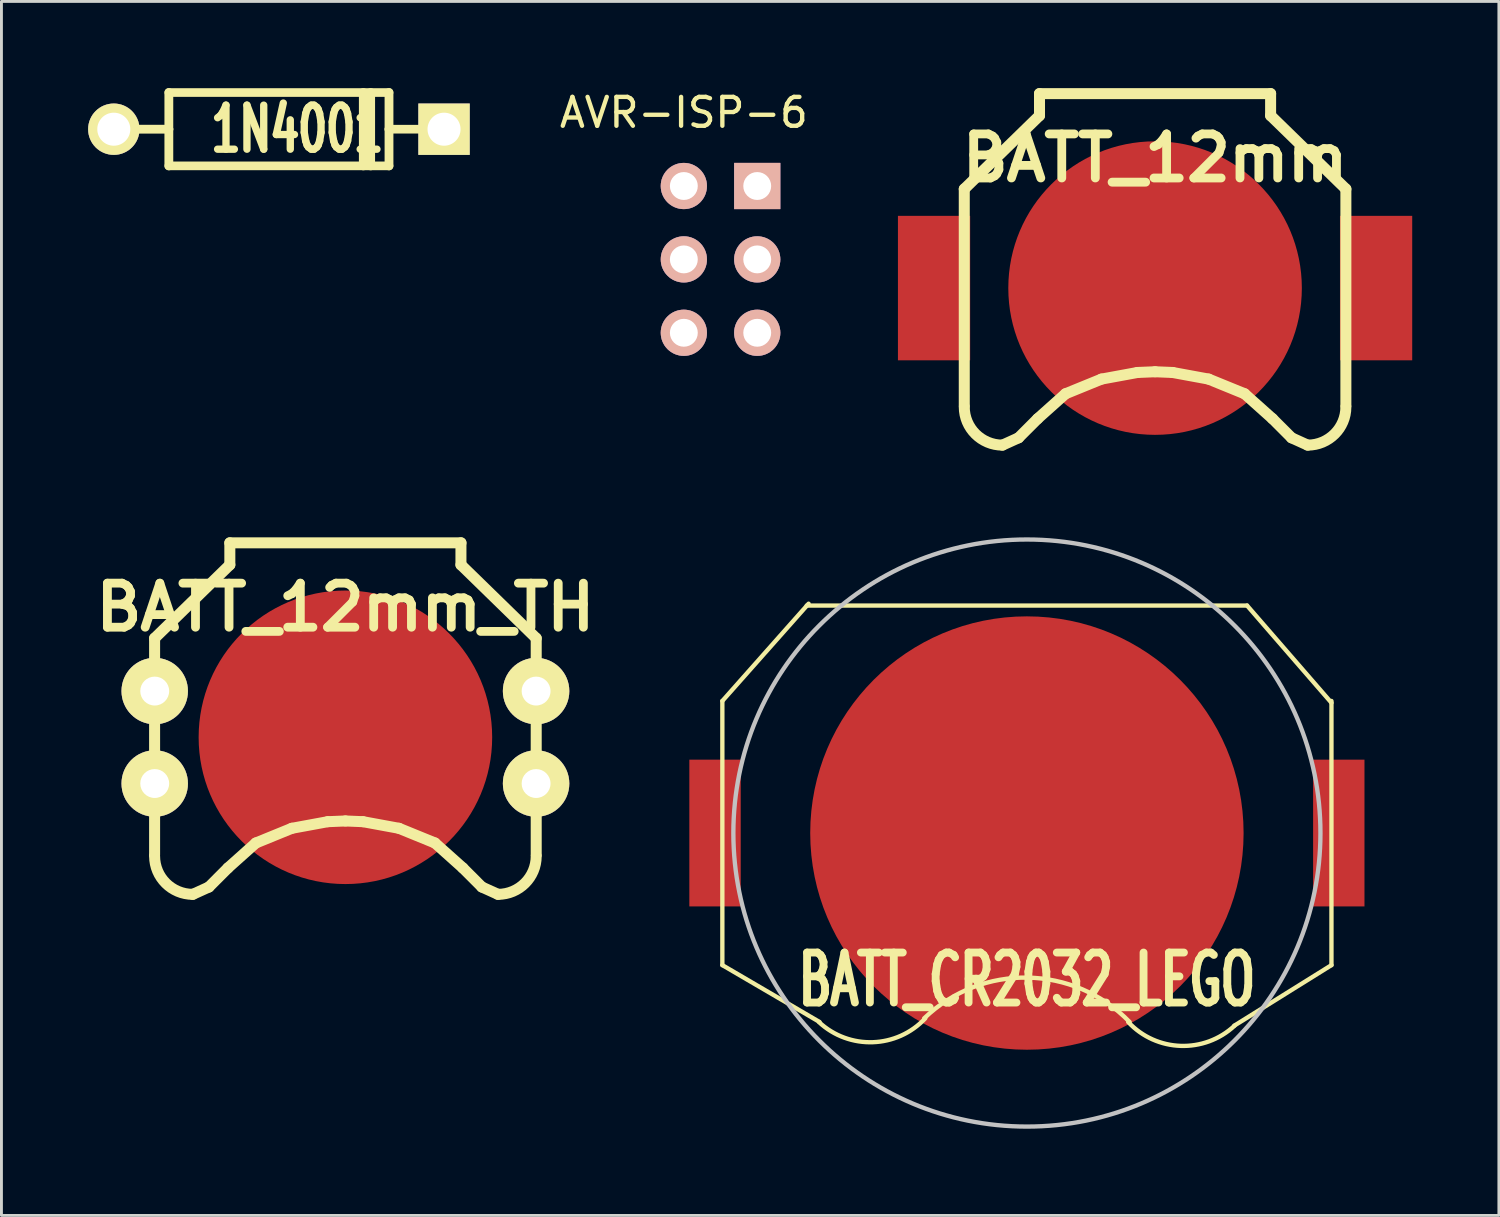
<source format=kicad_pcb>
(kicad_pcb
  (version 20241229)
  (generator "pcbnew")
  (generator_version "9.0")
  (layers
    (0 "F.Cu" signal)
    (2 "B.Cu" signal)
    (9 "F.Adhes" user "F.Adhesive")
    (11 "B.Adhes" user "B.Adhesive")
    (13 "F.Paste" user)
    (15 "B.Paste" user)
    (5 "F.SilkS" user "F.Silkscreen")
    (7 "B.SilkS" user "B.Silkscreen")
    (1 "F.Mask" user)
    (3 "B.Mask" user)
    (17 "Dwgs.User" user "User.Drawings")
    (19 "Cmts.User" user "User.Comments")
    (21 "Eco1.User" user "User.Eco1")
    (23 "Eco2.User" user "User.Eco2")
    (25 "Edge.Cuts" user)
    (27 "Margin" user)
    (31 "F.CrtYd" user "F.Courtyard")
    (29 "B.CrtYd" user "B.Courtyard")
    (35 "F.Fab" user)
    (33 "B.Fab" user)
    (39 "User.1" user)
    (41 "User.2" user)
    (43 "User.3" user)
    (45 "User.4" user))
  (footprint "BATT_12mm_TH"
    (layer "F.Cu")
    (at 8.905 22.469)
    (property "Reference" "BATT_12mm_TH" (at 0 -4.5 0) (layer "F.SilkS") (effects (font (size 1.524 1.524) (thickness 0.305))))
    (attr through_hole)
    (fp_line (start -6.604 -3.429) (end -6.604 4.064) (stroke (width 0.381) (type solid)) (layer "F.SilkS"))
    (fp_line (start -5.283 5.436) (end -4.724 5.182) (stroke (width 0.381) (type solid)) (layer "F.SilkS"))
    (fp_line (start -4.064 4.521) (end -4.724 5.182) (stroke (width 0.381) (type solid)) (layer "F.SilkS"))
    (fp_line (start -4 -6.731) (end -4 -5.969) (stroke (width 0.381) (type solid)) (layer "F.SilkS"))
    (fp_line (start -4 -6.731) (end 4 -6.731) (stroke (width 0.381) (type solid)) (layer "F.SilkS"))
    (fp_line (start -4 -5.969) (end -6.604 -3.429) (stroke (width 0.381) (type solid)) (layer "F.SilkS"))
    (fp_line (start -3.099 3.658) (end -4.064 4.521) (stroke (width 0.381) (type solid)) (layer "F.SilkS"))
    (fp_line (start -3.099 3.658) (end -1.854 3.15) (stroke (width 0.381) (type solid)) (layer "F.SilkS"))
    (fp_line (start -1.854 3.15) (end -0.61 2.921) (stroke (width 0.381) (type solid)) (layer "F.SilkS"))
    (fp_line (start -0.61 2.921) (end 0 2.896) (stroke (width 0.381) (type solid)) (layer "F.SilkS"))
    (fp_line (start 0 2.896) (end 0.61 2.921) (stroke (width 0.381) (type solid)) (layer "F.SilkS"))
    (fp_line (start 0.61 2.921) (end 1.854 3.15) (stroke (width 0.381) (type solid)) (layer "F.SilkS"))
    (fp_line (start 1.854 3.15) (end 3.099 3.658) (stroke (width 0.381) (type solid)) (layer "F.SilkS"))
    (fp_line (start 3.099 3.658) (end 4.064 4.521) (stroke (width 0.381) (type solid)) (layer "F.SilkS"))
    (fp_line (start 3.999 -6.731) (end 3.999 -5.969) (stroke (width 0.381) (type solid)) (layer "F.SilkS"))
    (fp_line (start 4 -5.969) (end 6.604 -3.429) (stroke (width 0.381) (type solid)) (layer "F.SilkS"))
    (fp_line (start 4.064 4.521) (end 4.724 5.182) (stroke (width 0.381) (type solid)) (layer "F.SilkS"))
    (fp_line (start 4.724 5.182) (end 5.283 5.436) (stroke (width 0.381) (type solid)) (layer "F.SilkS"))
    (fp_line (start 6.604 -3.429) (end 6.604 4.064) (stroke (width 0.381) (type solid)) (layer "F.SilkS"))
    (fp_arc (start -5.2832 5.4356) (mid -6.217147 5.048747) (end -6.604 4.1148) (stroke (width 0.381) (type solid)) (layer "F.SilkS"))
    (fp_arc (start 6.604 4.1148) (mid 6.217147 5.048747) (end 5.2832 5.4356) (stroke (width 0.381) (type solid)) (layer "F.SilkS"))
    (pad "1" thru_hole circle (at -6.6 -1.6) (size 2.3 2.3) (drill 1) (layers "*.Cu" "*.Mask" "F.SilkS"))
    (pad "1" thru_hole circle (at -6.6 1.6) (size 2.3 2.3) (drill 1) (layers "*.Cu" "*.Mask" "F.SilkS"))
    (pad "1" thru_hole circle (at 6.6 -1.6) (size 2.3 2.3) (drill 1) (layers "*.Cu" "*.Mask" "F.SilkS"))
    (pad "1" thru_hole circle (at 6.6 1.6) (size 2.3 2.3) (drill 1) (layers "*.Cu" "*.Mask" "F.SilkS"))
    (pad "2" smd circle (at 0 0) (size 10.16 10.16) (layers "F.Cu" "F.Mask" "F.Paste")))
  (footprint "BATT_CR2032_LEGO"
    (layer "F.Cu")
    (at 32.493 25.783)
    (property "Reference" "BATT_CR2032_LEGO" (at 0 5.08 0) (layer "F.SilkS") (effects (font (size 1.73 1.087) (thickness 0.272))))
    (attr through_hole)
    (fp_line (start -10.541 -4.572) (end -7.556 -7.938) (stroke (width 0.15) (type solid)) (layer "F.SilkS"))
    (fp_line (start -10.541 4.572) (end -10.541 -4.572) (stroke (width 0.15) (type solid)) (layer "F.SilkS"))
    (fp_line (start -7.62 -7.874) (end 7.62 -7.874) (stroke (width 0.15) (type solid)) (layer "F.SilkS"))
    (fp_line (start -7.176 6.54) (end -10.541 4.572) (stroke (width 0.15) (type solid)) (layer "F.SilkS"))
    (fp_line (start 7.176 6.668) (end 10.541 4.572) (stroke (width 0.15) (type solid)) (layer "F.SilkS"))
    (fp_line (start 7.62 -7.874) (end 10.541 -4.508) (stroke (width 0.15) (type solid)) (layer "F.SilkS"))
    (fp_line (start 10.541 4.572) (end 10.541 -4.572) (stroke (width 0.15) (type solid)) (layer "F.SilkS"))
    (fp_arc (start -3.556 6.4135) (mid 0.026303 5.004057) (end 3.556 6.5405) (stroke (width 0.15) (type solid)) (layer "F.SilkS"))
    (fp_arc (start -3.5179 6.4135) (mid -5.333097 7.239774) (end -7.2009 6.5405) (stroke (width 0.15) (type solid)) (layer "F.SilkS"))
    (fp_arc (start 7.1882 6.6675) (mid 5.320397 7.366774) (end 3.5052 6.5405) (stroke (width 0.15) (type solid)) (layer "F.SilkS"))
    (fp_circle (center 0 0) (end -10.16 0) (stroke (width 0.15) (type solid)) (fill no) (layer "Dwgs.User"))
    (pad "1" smd rect (at -10.795 0) (size 1.778 5.08) (layers "F.Cu" "F.Mask" "F.Paste"))
    (pad "1" smd rect (at 10.795 0) (size 1.778 5.08) (layers "F.Cu" "F.Mask" "F.Paste"))
    (pad "2" smd circle (at 0 0) (size 15 15) (layers "F.Cu" "F.Mask" "F.Paste")))
  (footprint "BATT_12mm"
    (layer "F.Cu")
    (at 36.929 6.921)
    (property "Reference" "BATT_12mm" (at 0 -4.5 0) (layer "F.SilkS") (effects (font (size 1.524 1.524) (thickness 0.305))))
    (attr through_hole)
    (fp_line (start -6.604 -3.429) (end -6.604 4.064) (stroke (width 0.381) (type solid)) (layer "F.SilkS"))
    (fp_line (start -5.283 5.436) (end -4.724 5.182) (stroke (width 0.381) (type solid)) (layer "F.SilkS"))
    (fp_line (start -4.064 4.521) (end -4.724 5.182) (stroke (width 0.381) (type solid)) (layer "F.SilkS"))
    (fp_line (start -4 -6.731) (end -4 -5.969) (stroke (width 0.381) (type solid)) (layer "F.SilkS"))
    (fp_line (start -4 -6.731) (end 4 -6.731) (stroke (width 0.381) (type solid)) (layer "F.SilkS"))
    (fp_line (start -4 -5.969) (end -6.604 -3.429) (stroke (width 0.381) (type solid)) (layer "F.SilkS"))
    (fp_line (start -3.099 3.658) (end -4.064 4.521) (stroke (width 0.381) (type solid)) (layer "F.SilkS"))
    (fp_line (start -3.099 3.658) (end -1.854 3.15) (stroke (width 0.381) (type solid)) (layer "F.SilkS"))
    (fp_line (start -1.854 3.15) (end -0.61 2.921) (stroke (width 0.381) (type solid)) (layer "F.SilkS"))
    (fp_line (start -0.61 2.921) (end 0 2.896) (stroke (width 0.381) (type solid)) (layer "F.SilkS"))
    (fp_line (start 0 2.896) (end 0.61 2.921) (stroke (width 0.381) (type solid)) (layer "F.SilkS"))
    (fp_line (start 0.61 2.921) (end 1.854 3.15) (stroke (width 0.381) (type solid)) (layer "F.SilkS"))
    (fp_line (start 1.854 3.15) (end 3.099 3.658) (stroke (width 0.381) (type solid)) (layer "F.SilkS"))
    (fp_line (start 3.099 3.658) (end 4.064 4.521) (stroke (width 0.381) (type solid)) (layer "F.SilkS"))
    (fp_line (start 3.999 -6.731) (end 3.999 -5.969) (stroke (width 0.381) (type solid)) (layer "F.SilkS"))
    (fp_line (start 4 -5.969) (end 6.604 -3.429) (stroke (width 0.381) (type solid)) (layer "F.SilkS"))
    (fp_line (start 4.064 4.521) (end 4.724 5.182) (stroke (width 0.381) (type solid)) (layer "F.SilkS"))
    (fp_line (start 4.724 5.182) (end 5.283 5.436) (stroke (width 0.381) (type solid)) (layer "F.SilkS"))
    (fp_line (start 6.604 -3.429) (end 6.604 4.064) (stroke (width 0.381) (type solid)) (layer "F.SilkS"))
    (fp_arc (start -5.2832 5.4356) (mid -6.217147 5.048747) (end -6.604 4.1148) (stroke (width 0.381) (type solid)) (layer "F.SilkS"))
    (fp_arc (start 6.604 4.1148) (mid 6.217147 5.048747) (end 5.2832 5.4356) (stroke (width 0.381) (type solid)) (layer "F.SilkS"))
    (pad "1" smd rect (at -7.65 0) (size 2.5 5) (layers "F.Cu" "F.Mask" "F.Paste"))
    (pad "1" smd rect (at 7.65 0) (size 2.5 5) (layers "F.Cu" "F.Mask" "F.Paste"))
    (pad "2" smd circle (at 0 0) (size 10.16 10.16) (layers "F.Cu" "F.Mask" "F.Paste")))
  (footprint "AVR-ISP-6"
    (layer "F.Cu")
    (at 20.619 3.388)
    (property "Reference" "AVR-ISP-6" (at 0 -2.54 0) (layer "F.SilkS") (effects (font (size 1 1) (thickness 0.15))))
    (attr through_hole)
    (pad "1" thru_hole oval (at 0 0) (size 1.6 1.6) (drill 0.965) (layers "*.Cu" "B.Mask" "B.SilkS"))
    (pad "2" thru_hole rect (at 2.54 0) (size 1.6 1.6) (drill 0.965) (layers "*.Cu" "B.Mask" "B.SilkS"))
    (pad "3" thru_hole oval (at 0 2.54) (size 1.6 1.6) (drill 0.965) (layers "*.Cu" "B.Mask" "B.SilkS"))
    (pad "4" thru_hole oval (at 2.54 2.54) (size 1.6 1.6) (drill 0.965) (layers "*.Cu" "B.Mask" "B.SilkS"))
    (pad "5" thru_hole oval (at 0 5.08) (size 1.6 1.6) (drill 0.965) (layers "*.Cu" "B.Mask" "B.SilkS"))
    (pad "6" thru_hole oval (at 2.54 5.08) (size 1.6 1.6) (drill 0.965) (layers "*.Cu" "B.Mask" "B.SilkS")))
  (footprint "1N4001"
    (layer "F.Cu")
    (at 7.239 1.422)
    (property "Reference" "1N4001" (at 0 0 0) (layer "F.SilkS") (effects (font (size 1.524 1.016) (thickness 0.254))))
    (attr through_hole)
    (fp_line (start -4.445 -1.27) (end -4.445 0) (stroke (width 0.305) (type solid)) (layer "F.SilkS"))
    (fp_line (start -4.445 -1.27) (end 3.175 -1.27) (stroke (width 0.3) (type solid)) (layer "F.SilkS"))
    (fp_line (start -4.445 0) (end -5.715 0) (stroke (width 0.305) (type solid)) (layer "F.SilkS"))
    (fp_line (start -4.445 0) (end -4.445 1.27) (stroke (width 0.305) (type solid)) (layer "F.SilkS"))
    (fp_line (start -4.445 1.27) (end 3.175 1.27) (stroke (width 0.3) (type solid)) (layer "F.SilkS"))
    (fp_line (start 2.286 -1.27) (end 2.286 1.27) (stroke (width 0.305) (type solid)) (layer "F.SilkS"))
    (fp_line (start 2.54 -1.27) (end 2.54 1.27) (stroke (width 0.305) (type solid)) (layer "F.SilkS"))
    (fp_line (start 3.175 0) (end 3.175 -1.27) (stroke (width 0.305) (type solid)) (layer "F.SilkS"))
    (fp_line (start 3.175 0) (end 4.445 0) (stroke (width 0.3) (type solid)) (layer "F.SilkS"))
    (fp_line (start 3.175 1.27) (end 3.175 0) (stroke (width 0.305) (type solid)) (layer "F.SilkS"))
    (pad "1" thru_hole circle (at -6.35 0) (size 1.778 1.778) (drill 1.143) (layers "*.Cu" "*.Mask" "F.SilkS"))
    (pad "2" thru_hole rect (at 5.08 0) (size 1.778 1.778) (drill 1.143) (layers "*.Cu" "*.Mask" "F.SilkS")))
  (gr_rect
    (start -3 -3)
    (end 48.829 39.018)
    (stroke (width 0.1) (type default))
    (fill no)
    (layer "Edge.Cuts")))
</source>
